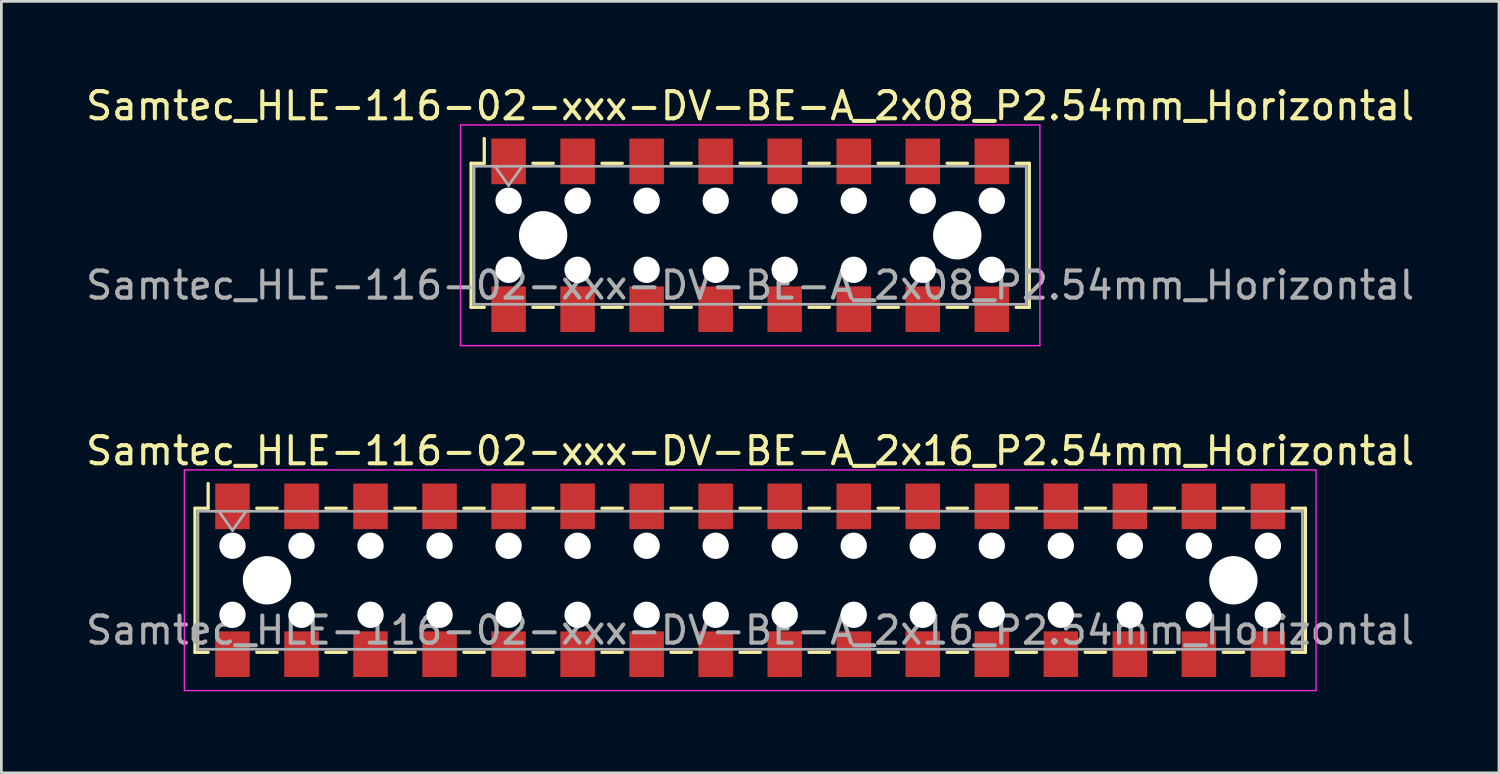
<source format=kicad_pcb>
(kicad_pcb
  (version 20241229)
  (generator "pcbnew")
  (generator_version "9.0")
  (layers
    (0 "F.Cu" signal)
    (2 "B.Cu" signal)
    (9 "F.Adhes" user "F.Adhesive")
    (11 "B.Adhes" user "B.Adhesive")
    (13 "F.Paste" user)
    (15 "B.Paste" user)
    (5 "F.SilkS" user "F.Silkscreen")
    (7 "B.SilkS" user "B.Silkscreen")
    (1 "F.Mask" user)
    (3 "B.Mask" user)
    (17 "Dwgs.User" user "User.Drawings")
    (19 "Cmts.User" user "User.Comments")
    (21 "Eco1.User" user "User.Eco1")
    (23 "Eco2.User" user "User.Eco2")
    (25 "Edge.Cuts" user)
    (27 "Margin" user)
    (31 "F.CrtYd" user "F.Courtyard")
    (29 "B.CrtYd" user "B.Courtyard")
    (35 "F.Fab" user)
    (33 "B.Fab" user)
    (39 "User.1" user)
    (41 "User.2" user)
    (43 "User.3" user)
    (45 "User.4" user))
  (footprint "Samtec_HLE-116-02-xxx-DV-BE-A_2x16_P2.54mm_Horizontal"
    (layer "F.Cu")
    (at 24.554 18.302)
    (property "Reference" "Samtec_HLE-116-02-xxx-DV-BE-A_2x16_P2.54mm_Horizontal" (at 0 -4.76 0) (layer "F.SilkS") (effects (font (size 1 1) (thickness 0.15))))
    (attr smd)
    (fp_line (start -20.43 -2.65) (end -20.43 2.65) (stroke (width 0.12) (type solid)) (layer "F.SilkS"))
    (fp_line (start -20.43 2.65) (end -19.945 2.65) (stroke (width 0.12) (type solid)) (layer "F.SilkS"))
    (fp_line (start -19.945 -3.56) (end -19.945 -2.65) (stroke (width 0.12) (type solid)) (layer "F.SilkS"))
    (fp_line (start -19.945 -2.65) (end -20.43 -2.65) (stroke (width 0.12) (type solid)) (layer "F.SilkS"))
    (fp_line (start -18.155 -2.65) (end -17.405 -2.65) (stroke (width 0.12) (type solid)) (layer "F.SilkS"))
    (fp_line (start -18.155 2.65) (end -17.405 2.65) (stroke (width 0.12) (type solid)) (layer "F.SilkS"))
    (fp_line (start -15.615 -2.65) (end -14.865 -2.65) (stroke (width 0.12) (type solid)) (layer "F.SilkS"))
    (fp_line (start -15.615 2.65) (end -14.865 2.65) (stroke (width 0.12) (type solid)) (layer "F.SilkS"))
    (fp_line (start -13.075 -2.65) (end -12.325 -2.65) (stroke (width 0.12) (type solid)) (layer "F.SilkS"))
    (fp_line (start -13.075 2.65) (end -12.325 2.65) (stroke (width 0.12) (type solid)) (layer "F.SilkS"))
    (fp_line (start -10.535 -2.65) (end -9.785 -2.65) (stroke (width 0.12) (type solid)) (layer "F.SilkS"))
    (fp_line (start -10.535 2.65) (end -9.785 2.65) (stroke (width 0.12) (type solid)) (layer "F.SilkS"))
    (fp_line (start -7.995 -2.65) (end -7.245 -2.65) (stroke (width 0.12) (type solid)) (layer "F.SilkS"))
    (fp_line (start -7.995 2.65) (end -7.245 2.65) (stroke (width 0.12) (type solid)) (layer "F.SilkS"))
    (fp_line (start -5.455 -2.65) (end -4.705 -2.65) (stroke (width 0.12) (type solid)) (layer "F.SilkS"))
    (fp_line (start -5.455 2.65) (end -4.705 2.65) (stroke (width 0.12) (type solid)) (layer "F.SilkS"))
    (fp_line (start -2.915 -2.65) (end -2.165 -2.65) (stroke (width 0.12) (type solid)) (layer "F.SilkS"))
    (fp_line (start -2.915 2.65) (end -2.165 2.65) (stroke (width 0.12) (type solid)) (layer "F.SilkS"))
    (fp_line (start -0.375 -2.65) (end 0.375 -2.65) (stroke (width 0.12) (type solid)) (layer "F.SilkS"))
    (fp_line (start -0.375 2.65) (end 0.375 2.65) (stroke (width 0.12) (type solid)) (layer "F.SilkS"))
    (fp_line (start 2.165 -2.65) (end 2.915 -2.65) (stroke (width 0.12) (type solid)) (layer "F.SilkS"))
    (fp_line (start 2.165 2.65) (end 2.915 2.65) (stroke (width 0.12) (type solid)) (layer "F.SilkS"))
    (fp_line (start 4.705 -2.65) (end 5.455 -2.65) (stroke (width 0.12) (type solid)) (layer "F.SilkS"))
    (fp_line (start 4.705 2.65) (end 5.455 2.65) (stroke (width 0.12) (type solid)) (layer "F.SilkS"))
    (fp_line (start 7.245 -2.65) (end 7.995 -2.65) (stroke (width 0.12) (type solid)) (layer "F.SilkS"))
    (fp_line (start 7.245 2.65) (end 7.995 2.65) (stroke (width 0.12) (type solid)) (layer "F.SilkS"))
    (fp_line (start 9.785 -2.65) (end 10.535 -2.65) (stroke (width 0.12) (type solid)) (layer "F.SilkS"))
    (fp_line (start 9.785 2.65) (end 10.535 2.65) (stroke (width 0.12) (type solid)) (layer "F.SilkS"))
    (fp_line (start 12.325 -2.65) (end 13.075 -2.65) (stroke (width 0.12) (type solid)) (layer "F.SilkS"))
    (fp_line (start 12.325 2.65) (end 13.075 2.65) (stroke (width 0.12) (type solid)) (layer "F.SilkS"))
    (fp_line (start 14.865 -2.65) (end 15.615 -2.65) (stroke (width 0.12) (type solid)) (layer "F.SilkS"))
    (fp_line (start 14.865 2.65) (end 15.615 2.65) (stroke (width 0.12) (type solid)) (layer "F.SilkS"))
    (fp_line (start 17.405 -2.65) (end 18.155 -2.65) (stroke (width 0.12) (type solid)) (layer "F.SilkS"))
    (fp_line (start 17.405 2.65) (end 18.155 2.65) (stroke (width 0.12) (type solid)) (layer "F.SilkS"))
    (fp_line (start 19.945 -2.65) (end 20.43 -2.65) (stroke (width 0.12) (type solid)) (layer "F.SilkS"))
    (fp_line (start 20.43 -2.65) (end 20.43 2.65) (stroke (width 0.12) (type solid)) (layer "F.SilkS"))
    (fp_line (start 20.43 2.65) (end 19.945 2.65) (stroke (width 0.12) (type solid)) (layer "F.SilkS"))
    (fp_line (start -20.82 -4.06) (end 20.82 -4.06) (stroke (width 0.05) (type solid)) (layer "F.CrtYd"))
    (fp_line (start -20.82 4.06) (end -20.82 -4.06) (stroke (width 0.05) (type solid)) (layer "F.CrtYd"))
    (fp_line (start 20.82 -4.06) (end 20.82 4.06) (stroke (width 0.05) (type solid)) (layer "F.CrtYd"))
    (fp_line (start 20.82 4.06) (end -20.82 4.06) (stroke (width 0.05) (type solid)) (layer "F.CrtYd"))
    (fp_line (start -20.32 -2.54) (end 20.32 -2.54) (stroke (width 0.1) (type solid)) (layer "F.Fab"))
    (fp_line (start -20.32 2.54) (end -20.32 -2.54) (stroke (width 0.1) (type solid)) (layer "F.Fab"))
    (fp_line (start -19.55 -2.54) (end -19.05 -1.833) (stroke (width 0.1) (type solid)) (layer "F.Fab"))
    (fp_line (start -19.05 -1.833) (end -18.55 -2.54) (stroke (width 0.1) (type solid)) (layer "F.Fab"))
    (fp_line (start 20.32 -2.54) (end 20.32 2.54) (stroke (width 0.1) (type solid)) (layer "F.Fab"))
    (fp_line (start 20.32 2.54) (end -20.32 2.54) (stroke (width 0.1) (type solid)) (layer "F.Fab"))
    (fp_text user "${REFERENCE}" (at 0 1.84 0) (layer "F.Fab") (effects (font (size 1 1) (thickness 0.15))))
    (pad "" np_thru_hole circle (at -19.05 -1.27) (size 0.97 0.97) (drill 0.97) (layers "*.Cu" "*.Mask"))
    (pad "" np_thru_hole circle (at -19.05 1.27) (size 0.97 0.97) (drill 0.97) (layers "*.Cu" "*.Mask"))
    (pad "" np_thru_hole circle (at -17.78 0) (size 1.78 1.78) (drill 1.78) (layers "*.Cu" "*.Mask"))
    (pad "" np_thru_hole circle (at -16.51 -1.27) (size 0.97 0.97) (drill 0.97) (layers "*.Cu" "*.Mask"))
    (pad "" np_thru_hole circle (at -16.51 1.27) (size 0.97 0.97) (drill 0.97) (layers "*.Cu" "*.Mask"))
    (pad "" np_thru_hole circle (at -13.97 -1.27) (size 0.97 0.97) (drill 0.97) (layers "*.Cu" "*.Mask"))
    (pad "" np_thru_hole circle (at -13.97 1.27) (size 0.97 0.97) (drill 0.97) (layers "*.Cu" "*.Mask"))
    (pad "" np_thru_hole circle (at -11.43 -1.27) (size 0.97 0.97) (drill 0.97) (layers "*.Cu" "*.Mask"))
    (pad "" np_thru_hole circle (at -11.43 1.27) (size 0.97 0.97) (drill 0.97) (layers "*.Cu" "*.Mask"))
    (pad "" np_thru_hole circle (at -8.89 -1.27) (size 0.97 0.97) (drill 0.97) (layers "*.Cu" "*.Mask"))
    (pad "" np_thru_hole circle (at -8.89 1.27) (size 0.97 0.97) (drill 0.97) (layers "*.Cu" "*.Mask"))
    (pad "" np_thru_hole circle (at -6.35 -1.27) (size 0.97 0.97) (drill 0.97) (layers "*.Cu" "*.Mask"))
    (pad "" np_thru_hole circle (at -6.35 1.27) (size 0.97 0.97) (drill 0.97) (layers "*.Cu" "*.Mask"))
    (pad "" np_thru_hole circle (at -3.81 -1.27) (size 0.97 0.97) (drill 0.97) (layers "*.Cu" "*.Mask"))
    (pad "" np_thru_hole circle (at -3.81 1.27) (size 0.97 0.97) (drill 0.97) (layers "*.Cu" "*.Mask"))
    (pad "" np_thru_hole circle (at -1.27 -1.27) (size 0.97 0.97) (drill 0.97) (layers "*.Cu" "*.Mask"))
    (pad "" np_thru_hole circle (at -1.27 1.27) (size 0.97 0.97) (drill 0.97) (layers "*.Cu" "*.Mask"))
    (pad "" np_thru_hole circle (at 1.27 -1.27) (size 0.97 0.97) (drill 0.97) (layers "*.Cu" "*.Mask"))
    (pad "" np_thru_hole circle (at 1.27 1.27) (size 0.97 0.97) (drill 0.97) (layers "*.Cu" "*.Mask"))
    (pad "" np_thru_hole circle (at 3.81 -1.27) (size 0.97 0.97) (drill 0.97) (layers "*.Cu" "*.Mask"))
    (pad "" np_thru_hole circle (at 3.81 1.27) (size 0.97 0.97) (drill 0.97) (layers "*.Cu" "*.Mask"))
    (pad "" np_thru_hole circle (at 6.35 -1.27) (size 0.97 0.97) (drill 0.97) (layers "*.Cu" "*.Mask"))
    (pad "" np_thru_hole circle (at 6.35 1.27) (size 0.97 0.97) (drill 0.97) (layers "*.Cu" "*.Mask"))
    (pad "" np_thru_hole circle (at 8.89 -1.27) (size 0.97 0.97) (drill 0.97) (layers "*.Cu" "*.Mask"))
    (pad "" np_thru_hole circle (at 8.89 1.27) (size 0.97 0.97) (drill 0.97) (layers "*.Cu" "*.Mask"))
    (pad "" np_thru_hole circle (at 11.43 -1.27) (size 0.97 0.97) (drill 0.97) (layers "*.Cu" "*.Mask"))
    (pad "" np_thru_hole circle (at 11.43 1.27) (size 0.97 0.97) (drill 0.97) (layers "*.Cu" "*.Mask"))
    (pad "" np_thru_hole circle (at 13.97 -1.27) (size 0.97 0.97) (drill 0.97) (layers "*.Cu" "*.Mask"))
    (pad "" np_thru_hole circle (at 13.97 1.27) (size 0.97 0.97) (drill 0.97) (layers "*.Cu" "*.Mask"))
    (pad "" np_thru_hole circle (at 16.51 -1.27) (size 0.97 0.97) (drill 0.97) (layers "*.Cu" "*.Mask"))
    (pad "" np_thru_hole circle (at 16.51 1.27) (size 0.97 0.97) (drill 0.97) (layers "*.Cu" "*.Mask"))
    (pad "" np_thru_hole circle (at 17.78 0) (size 1.78 1.78) (drill 1.78) (layers "*.Cu" "*.Mask"))
    (pad "" np_thru_hole circle (at 19.05 -1.27) (size 0.97 0.97) (drill 0.97) (layers "*.Cu" "*.Mask"))
    (pad "" np_thru_hole circle (at 19.05 1.27) (size 0.97 0.97) (drill 0.97) (layers "*.Cu" "*.Mask"))
    (pad "1" smd rect (at -19.05 -2.72) (size 1.27 1.68) (layers "F.Cu" "F.Mask" "F.Paste"))
    (pad "2" smd rect (at -19.05 2.72) (size 1.27 1.68) (layers "F.Cu" "F.Mask" "F.Paste"))
    (pad "3" smd rect (at -16.51 -2.72) (size 1.27 1.68) (layers "F.Cu" "F.Mask" "F.Paste"))
    (pad "4" smd rect (at -16.51 2.72) (size 1.27 1.68) (layers "F.Cu" "F.Mask" "F.Paste"))
    (pad "5" smd rect (at -13.97 -2.72) (size 1.27 1.68) (layers "F.Cu" "F.Mask" "F.Paste"))
    (pad "6" smd rect (at -13.97 2.72) (size 1.27 1.68) (layers "F.Cu" "F.Mask" "F.Paste"))
    (pad "7" smd rect (at -11.43 -2.72) (size 1.27 1.68) (layers "F.Cu" "F.Mask" "F.Paste"))
    (pad "8" smd rect (at -11.43 2.72) (size 1.27 1.68) (layers "F.Cu" "F.Mask" "F.Paste"))
    (pad "9" smd rect (at -8.89 -2.72) (size 1.27 1.68) (layers "F.Cu" "F.Mask" "F.Paste"))
    (pad "10" smd rect (at -8.89 2.72) (size 1.27 1.68) (layers "F.Cu" "F.Mask" "F.Paste"))
    (pad "11" smd rect (at -6.35 -2.72) (size 1.27 1.68) (layers "F.Cu" "F.Mask" "F.Paste"))
    (pad "12" smd rect (at -6.35 2.72) (size 1.27 1.68) (layers "F.Cu" "F.Mask" "F.Paste"))
    (pad "13" smd rect (at -3.81 -2.72) (size 1.27 1.68) (layers "F.Cu" "F.Mask" "F.Paste"))
    (pad "14" smd rect (at -3.81 2.72) (size 1.27 1.68) (layers "F.Cu" "F.Mask" "F.Paste"))
    (pad "15" smd rect (at -1.27 -2.72) (size 1.27 1.68) (layers "F.Cu" "F.Mask" "F.Paste"))
    (pad "16" smd rect (at -1.27 2.72) (size 1.27 1.68) (layers "F.Cu" "F.Mask" "F.Paste"))
    (pad "17" smd rect (at 1.27 -2.72) (size 1.27 1.68) (layers "F.Cu" "F.Mask" "F.Paste"))
    (pad "18" smd rect (at 1.27 2.72) (size 1.27 1.68) (layers "F.Cu" "F.Mask" "F.Paste"))
    (pad "19" smd rect (at 3.81 -2.72) (size 1.27 1.68) (layers "F.Cu" "F.Mask" "F.Paste"))
    (pad "20" smd rect (at 3.81 2.72) (size 1.27 1.68) (layers "F.Cu" "F.Mask" "F.Paste"))
    (pad "21" smd rect (at 6.35 -2.72) (size 1.27 1.68) (layers "F.Cu" "F.Mask" "F.Paste"))
    (pad "22" smd rect (at 6.35 2.72) (size 1.27 1.68) (layers "F.Cu" "F.Mask" "F.Paste"))
    (pad "23" smd rect (at 8.89 -2.72) (size 1.27 1.68) (layers "F.Cu" "F.Mask" "F.Paste"))
    (pad "24" smd rect (at 8.89 2.72) (size 1.27 1.68) (layers "F.Cu" "F.Mask" "F.Paste"))
    (pad "25" smd rect (at 11.43 -2.72) (size 1.27 1.68) (layers "F.Cu" "F.Mask" "F.Paste"))
    (pad "26" smd rect (at 11.43 2.72) (size 1.27 1.68) (layers "F.Cu" "F.Mask" "F.Paste"))
    (pad "27" smd rect (at 13.97 -2.72) (size 1.27 1.68) (layers "F.Cu" "F.Mask" "F.Paste"))
    (pad "28" smd rect (at 13.97 2.72) (size 1.27 1.68) (layers "F.Cu" "F.Mask" "F.Paste"))
    (pad "29" smd rect (at 16.51 -2.72) (size 1.27 1.68) (layers "F.Cu" "F.Mask" "F.Paste"))
    (pad "30" smd rect (at 16.51 2.72) (size 1.27 1.68) (layers "F.Cu" "F.Mask" "F.Paste"))
    (pad "31" smd rect (at 19.05 -2.72) (size 1.27 1.68) (layers "F.Cu" "F.Mask" "F.Paste"))
    (pad "32" smd rect (at 19.05 2.72) (size 1.27 1.68) (layers "F.Cu" "F.Mask" "F.Paste")))
  (footprint "Samtec_HLE-116-02-xxx-DV-BE-A_2x08_P2.54mm_Horizontal"
    (layer "F.Cu")
    (at 24.554 5.608)
    (property "Reference" "Samtec_HLE-116-02-xxx-DV-BE-A_2x08_P2.54mm_Horizontal" (at 0 -4.76 0) (layer "F.SilkS") (effects (font (size 1 1) (thickness 0.15))))
    (attr smd)
    (fp_line (start -10.27 -2.65) (end -10.27 2.65) (stroke (width 0.12) (type solid)) (layer "F.SilkS"))
    (fp_line (start -10.27 2.65) (end -9.785 2.65) (stroke (width 0.12) (type solid)) (layer "F.SilkS"))
    (fp_line (start -9.785 -3.56) (end -9.785 -2.65) (stroke (width 0.12) (type solid)) (layer "F.SilkS"))
    (fp_line (start -9.785 -2.65) (end -10.27 -2.65) (stroke (width 0.12) (type solid)) (layer "F.SilkS"))
    (fp_line (start -7.995 -2.65) (end -7.245 -2.65) (stroke (width 0.12) (type solid)) (layer "F.SilkS"))
    (fp_line (start -7.995 2.65) (end -7.245 2.65) (stroke (width 0.12) (type solid)) (layer "F.SilkS"))
    (fp_line (start -5.455 -2.65) (end -4.705 -2.65) (stroke (width 0.12) (type solid)) (layer "F.SilkS"))
    (fp_line (start -5.455 2.65) (end -4.705 2.65) (stroke (width 0.12) (type solid)) (layer "F.SilkS"))
    (fp_line (start -2.915 -2.65) (end -2.165 -2.65) (stroke (width 0.12) (type solid)) (layer "F.SilkS"))
    (fp_line (start -2.915 2.65) (end -2.165 2.65) (stroke (width 0.12) (type solid)) (layer "F.SilkS"))
    (fp_line (start -0.375 -2.65) (end 0.375 -2.65) (stroke (width 0.12) (type solid)) (layer "F.SilkS"))
    (fp_line (start -0.375 2.65) (end 0.375 2.65) (stroke (width 0.12) (type solid)) (layer "F.SilkS"))
    (fp_line (start 2.165 -2.65) (end 2.915 -2.65) (stroke (width 0.12) (type solid)) (layer "F.SilkS"))
    (fp_line (start 2.165 2.65) (end 2.915 2.65) (stroke (width 0.12) (type solid)) (layer "F.SilkS"))
    (fp_line (start 4.705 -2.65) (end 5.455 -2.65) (stroke (width 0.12) (type solid)) (layer "F.SilkS"))
    (fp_line (start 4.705 2.65) (end 5.455 2.65) (stroke (width 0.12) (type solid)) (layer "F.SilkS"))
    (fp_line (start 7.245 -2.65) (end 7.995 -2.65) (stroke (width 0.12) (type solid)) (layer "F.SilkS"))
    (fp_line (start 7.245 2.65) (end 7.995 2.65) (stroke (width 0.12) (type solid)) (layer "F.SilkS"))
    (fp_line (start 9.785 -2.65) (end 10.27 -2.65) (stroke (width 0.12) (type solid)) (layer "F.SilkS"))
    (fp_line (start 10.27 -2.65) (end 10.27 2.65) (stroke (width 0.12) (type solid)) (layer "F.SilkS"))
    (fp_line (start 10.27 2.65) (end 9.785 2.65) (stroke (width 0.12) (type solid)) (layer "F.SilkS"))
    (fp_line (start -10.66 -4.06) (end 10.66 -4.06) (stroke (width 0.05) (type solid)) (layer "F.CrtYd"))
    (fp_line (start -10.66 4.06) (end -10.66 -4.06) (stroke (width 0.05) (type solid)) (layer "F.CrtYd"))
    (fp_line (start 10.66 -4.06) (end 10.66 4.06) (stroke (width 0.05) (type solid)) (layer "F.CrtYd"))
    (fp_line (start 10.66 4.06) (end -10.66 4.06) (stroke (width 0.05) (type solid)) (layer "F.CrtYd"))
    (fp_line (start -10.16 -2.54) (end 10.16 -2.54) (stroke (width 0.1) (type solid)) (layer "F.Fab"))
    (fp_line (start -10.16 2.54) (end -10.16 -2.54) (stroke (width 0.1) (type solid)) (layer "F.Fab"))
    (fp_line (start -9.39 -2.54) (end -8.89 -1.833) (stroke (width 0.1) (type solid)) (layer "F.Fab"))
    (fp_line (start -8.89 -1.833) (end -8.39 -2.54) (stroke (width 0.1) (type solid)) (layer "F.Fab"))
    (fp_line (start 10.16 -2.54) (end 10.16 2.54) (stroke (width 0.1) (type solid)) (layer "F.Fab"))
    (fp_line (start 10.16 2.54) (end -10.16 2.54) (stroke (width 0.1) (type solid)) (layer "F.Fab"))
    (fp_text user "${REFERENCE}" (at 0 1.84 0) (layer "F.Fab") (effects (font (size 1 1) (thickness 0.15))))
    (pad "" np_thru_hole circle (at -8.89 -1.27) (size 0.97 0.97) (drill 0.97) (layers "*.Cu" "*.Mask"))
    (pad "" np_thru_hole circle (at -8.89 1.27) (size 0.97 0.97) (drill 0.97) (layers "*.Cu" "*.Mask"))
    (pad "" np_thru_hole circle (at -7.62 0) (size 1.78 1.78) (drill 1.78) (layers "*.Cu" "*.Mask"))
    (pad "" np_thru_hole circle (at -6.35 -1.27) (size 0.97 0.97) (drill 0.97) (layers "*.Cu" "*.Mask"))
    (pad "" np_thru_hole circle (at -6.35 1.27) (size 0.97 0.97) (drill 0.97) (layers "*.Cu" "*.Mask"))
    (pad "" np_thru_hole circle (at -3.81 -1.27) (size 0.97 0.97) (drill 0.97) (layers "*.Cu" "*.Mask"))
    (pad "" np_thru_hole circle (at -3.81 1.27) (size 0.97 0.97) (drill 0.97) (layers "*.Cu" "*.Mask"))
    (pad "" np_thru_hole circle (at -1.27 -1.27) (size 0.97 0.97) (drill 0.97) (layers "*.Cu" "*.Mask"))
    (pad "" np_thru_hole circle (at -1.27 1.27) (size 0.97 0.97) (drill 0.97) (layers "*.Cu" "*.Mask"))
    (pad "" np_thru_hole circle (at 1.27 -1.27) (size 0.97 0.97) (drill 0.97) (layers "*.Cu" "*.Mask"))
    (pad "" np_thru_hole circle (at 1.27 1.27) (size 0.97 0.97) (drill 0.97) (layers "*.Cu" "*.Mask"))
    (pad "" np_thru_hole circle (at 3.81 -1.27) (size 0.97 0.97) (drill 0.97) (layers "*.Cu" "*.Mask"))
    (pad "" np_thru_hole circle (at 3.81 1.27) (size 0.97 0.97) (drill 0.97) (layers "*.Cu" "*.Mask"))
    (pad "" np_thru_hole circle (at 6.35 -1.27) (size 0.97 0.97) (drill 0.97) (layers "*.Cu" "*.Mask"))
    (pad "" np_thru_hole circle (at 6.35 1.27) (size 0.97 0.97) (drill 0.97) (layers "*.Cu" "*.Mask"))
    (pad "" np_thru_hole circle (at 7.62 0) (size 1.78 1.78) (drill 1.78) (layers "*.Cu" "*.Mask"))
    (pad "" np_thru_hole circle (at 8.89 -1.27) (size 0.97 0.97) (drill 0.97) (layers "*.Cu" "*.Mask"))
    (pad "" np_thru_hole circle (at 8.89 1.27) (size 0.97 0.97) (drill 0.97) (layers "*.Cu" "*.Mask"))
    (pad "1" smd rect (at -8.89 -2.72) (size 1.27 1.68) (layers "F.Cu" "F.Mask" "F.Paste"))
    (pad "2" smd rect (at -8.89 2.72) (size 1.27 1.68) (layers "F.Cu" "F.Mask" "F.Paste"))
    (pad "3" smd rect (at -6.35 -2.72) (size 1.27 1.68) (layers "F.Cu" "F.Mask" "F.Paste"))
    (pad "4" smd rect (at -6.35 2.72) (size 1.27 1.68) (layers "F.Cu" "F.Mask" "F.Paste"))
    (pad "5" smd rect (at -3.81 -2.72) (size 1.27 1.68) (layers "F.Cu" "F.Mask" "F.Paste"))
    (pad "6" smd rect (at -3.81 2.72) (size 1.27 1.68) (layers "F.Cu" "F.Mask" "F.Paste"))
    (pad "7" smd rect (at -1.27 -2.72) (size 1.27 1.68) (layers "F.Cu" "F.Mask" "F.Paste"))
    (pad "8" smd rect (at -1.27 2.72) (size 1.27 1.68) (layers "F.Cu" "F.Mask" "F.Paste"))
    (pad "9" smd rect (at 1.27 -2.72) (size 1.27 1.68) (layers "F.Cu" "F.Mask" "F.Paste"))
    (pad "10" smd rect (at 1.27 2.72) (size 1.27 1.68) (layers "F.Cu" "F.Mask" "F.Paste"))
    (pad "11" smd rect (at 3.81 -2.72) (size 1.27 1.68) (layers "F.Cu" "F.Mask" "F.Paste"))
    (pad "12" smd rect (at 3.81 2.72) (size 1.27 1.68) (layers "F.Cu" "F.Mask" "F.Paste"))
    (pad "13" smd rect (at 6.35 -2.72) (size 1.27 1.68) (layers "F.Cu" "F.Mask" "F.Paste"))
    (pad "14" smd rect (at 6.35 2.72) (size 1.27 1.68) (layers "F.Cu" "F.Mask" "F.Paste"))
    (pad "15" smd rect (at 8.89 -2.72) (size 1.27 1.68) (layers "F.Cu" "F.Mask" "F.Paste"))
    (pad "16" smd rect (at 8.89 2.72) (size 1.27 1.68) (layers "F.Cu" "F.Mask" "F.Paste")))
  (gr_rect
    (start -3 -3)
    (end 52.107 25.387)
    (stroke (width 0.1) (type default))
    (fill no)
    (layer "Edge.Cuts")))
</source>
